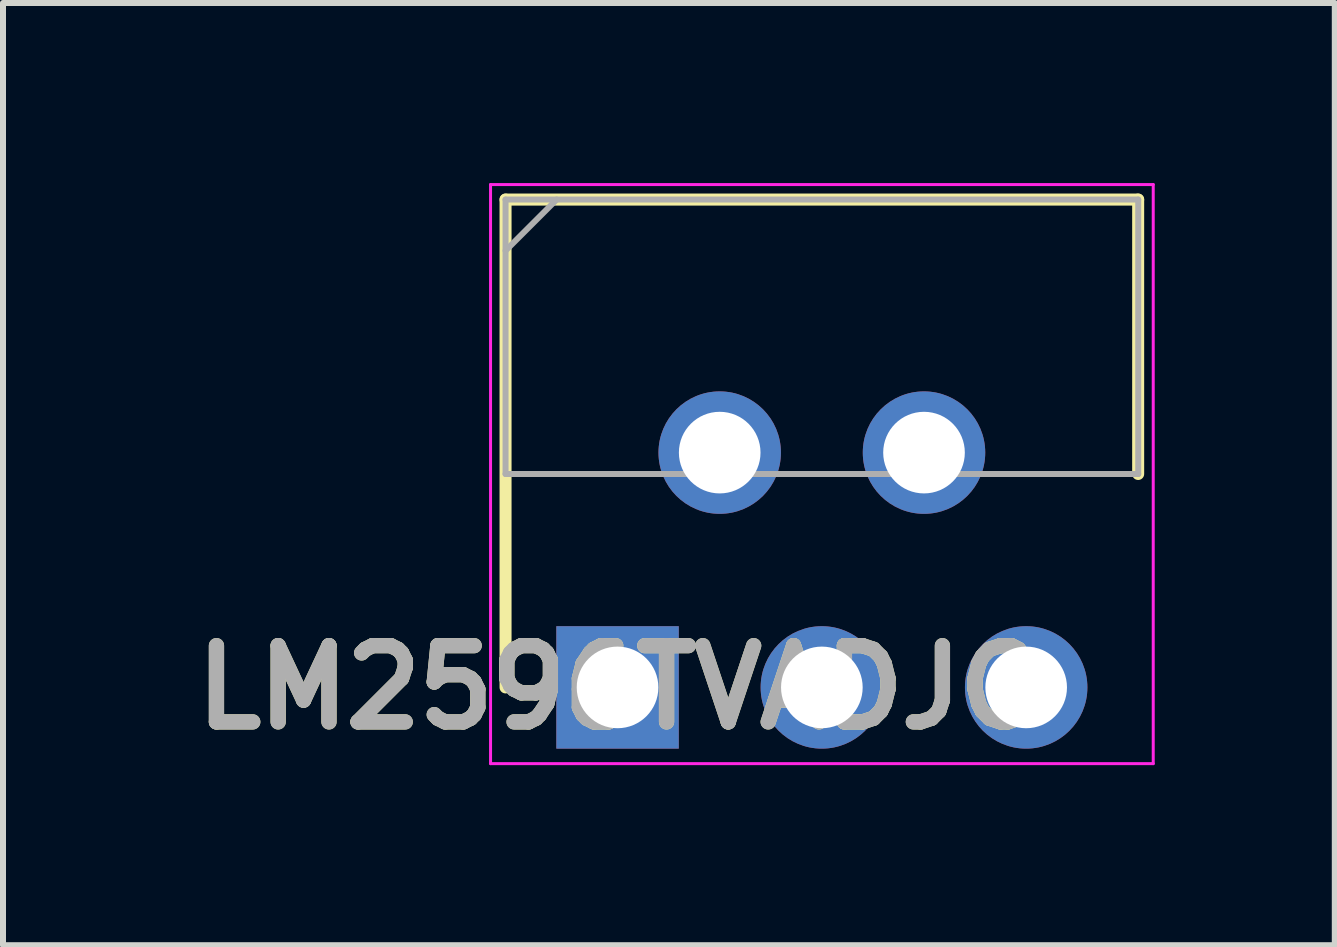
<source format=kicad_pcb>
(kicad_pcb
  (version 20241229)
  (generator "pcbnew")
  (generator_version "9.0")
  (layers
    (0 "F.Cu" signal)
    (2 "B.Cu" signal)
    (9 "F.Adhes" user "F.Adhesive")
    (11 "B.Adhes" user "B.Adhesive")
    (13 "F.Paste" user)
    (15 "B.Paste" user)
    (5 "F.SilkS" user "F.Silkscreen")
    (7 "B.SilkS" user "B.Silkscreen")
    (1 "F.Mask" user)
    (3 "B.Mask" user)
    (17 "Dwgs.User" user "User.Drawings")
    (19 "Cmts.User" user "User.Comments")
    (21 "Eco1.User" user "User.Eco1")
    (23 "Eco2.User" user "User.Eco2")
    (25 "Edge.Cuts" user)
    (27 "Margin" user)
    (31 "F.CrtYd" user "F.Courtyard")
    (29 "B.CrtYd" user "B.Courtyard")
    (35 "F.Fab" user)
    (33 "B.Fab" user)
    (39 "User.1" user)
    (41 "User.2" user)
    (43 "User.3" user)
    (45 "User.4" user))
  (footprint "LM2596TVADJG"
    (layer "F.Cu")
    (at 7.239 8.403)
    (property "Reference" "LM2596TVADJG" (at 0 0 0) (layer "F.SilkS") (effects (font (size 1.27 1.27) (thickness 0.254))))
    (attr through_hole)
    (fp_line (start -1.866 -8.128) (end -1.866 0) (stroke (width 0.2) (type solid)) (layer "F.SilkS"))
    (fp_line (start 8.674 -8.128) (end -1.866 -8.128) (stroke (width 0.2) (type solid)) (layer "F.SilkS"))
    (fp_line (start 8.674 -3.556) (end 8.674 -8.128) (stroke (width 0.2) (type solid)) (layer "F.SilkS"))
    (fp_line (start -2.116 -8.378) (end 8.925 -8.378) (stroke (width 0.05) (type solid)) (layer "F.CrtYd"))
    (fp_line (start -2.116 1.27) (end -2.116 -8.378) (stroke (width 0.05) (type solid)) (layer "F.CrtYd"))
    (fp_line (start 8.925 -8.378) (end 8.925 1.27) (stroke (width 0.05) (type solid)) (layer "F.CrtYd"))
    (fp_line (start 8.925 1.27) (end -2.116 1.27) (stroke (width 0.05) (type solid)) (layer "F.CrtYd"))
    (fp_line (start -1.866 -8.128) (end 8.675 -8.128) (stroke (width 0.1) (type solid)) (layer "F.Fab"))
    (fp_line (start -1.866 -7.277) (end -1.015 -8.128) (stroke (width 0.1) (type solid)) (layer "F.Fab"))
    (fp_line (start -1.866 -3.556) (end -1.866 -8.128) (stroke (width 0.1) (type solid)) (layer "F.Fab"))
    (fp_line (start 8.675 -8.128) (end 8.675 -3.556) (stroke (width 0.1) (type solid)) (layer "F.Fab"))
    (fp_line (start 8.675 -3.556) (end -1.866 -3.556) (stroke (width 0.1) (type solid)) (layer "F.Fab"))
    (fp_text user "${REFERENCE}" (at 0 0 0) (layer "F.Fab") (effects (font (size 1.27 1.27) (thickness 0.254))))
    (pad "1" thru_hole rect (at 0 0) (size 2.04 2.04) (drill 1.36) (layers "*.Cu" "*.Mask"))
    (pad "2" thru_hole circle (at 1.702 -3.912) (size 2.04 2.04) (drill 1.36) (layers "*.Cu" "*.Mask"))
    (pad "3" thru_hole circle (at 3.404 0) (size 2.04 2.04) (drill 1.36) (layers "*.Cu" "*.Mask"))
    (pad "4" thru_hole circle (at 5.106 -3.912) (size 2.04 2.04) (drill 1.36) (layers "*.Cu" "*.Mask"))
    (pad "5" thru_hole circle (at 6.808 0) (size 2.04 2.04) (drill 1.36) (layers "*.Cu" "*.Mask")))
  (gr_rect
    (start -3 -3)
    (end 19.189 12.698)
    (stroke (width 0.1) (type default))
    (fill no)
    (layer "Edge.Cuts")))
</source>
